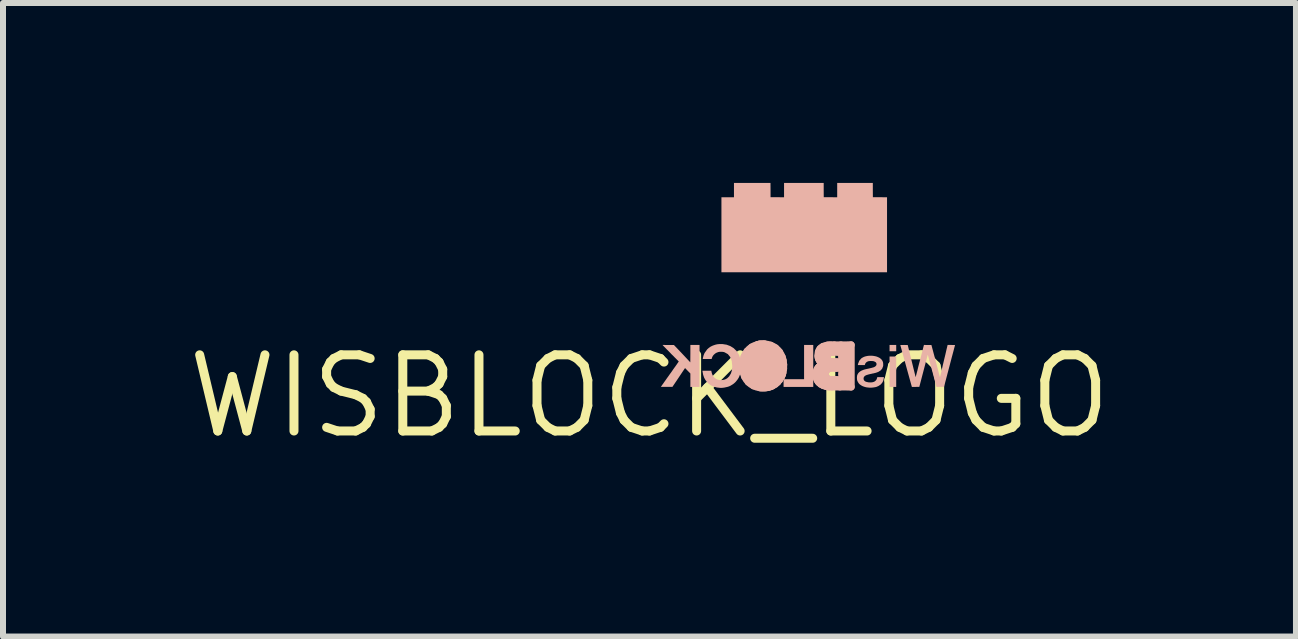
<source format=kicad_pcb>
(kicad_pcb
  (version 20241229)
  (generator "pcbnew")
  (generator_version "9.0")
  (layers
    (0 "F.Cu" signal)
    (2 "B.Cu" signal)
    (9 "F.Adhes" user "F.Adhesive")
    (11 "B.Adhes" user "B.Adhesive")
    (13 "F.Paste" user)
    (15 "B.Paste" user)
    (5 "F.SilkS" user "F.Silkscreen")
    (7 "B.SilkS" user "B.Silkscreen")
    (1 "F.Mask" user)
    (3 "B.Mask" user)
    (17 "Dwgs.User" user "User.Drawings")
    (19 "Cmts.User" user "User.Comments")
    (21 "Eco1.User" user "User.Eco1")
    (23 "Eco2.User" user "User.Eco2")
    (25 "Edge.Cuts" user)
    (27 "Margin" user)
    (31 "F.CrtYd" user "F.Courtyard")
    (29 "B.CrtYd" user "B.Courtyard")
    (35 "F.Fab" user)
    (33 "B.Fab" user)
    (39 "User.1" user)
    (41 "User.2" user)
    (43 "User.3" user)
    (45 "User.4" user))
  (footprint "WISBLOCK_LOGO"
    (layer "F.Cu")
    (at 7.778 3.556)
    (property "Reference" "WISBLOCK_LOGO" (at 0 0 0) (layer "F.SilkS") (effects (font (size 1.27 1.27) (thickness 0.15))))
    (attr through_hole)
    (fp_line (start 3.011 -0.467) (end 2.998 -0.463) (stroke (width 0.12) (type solid)) (layer "B.SilkS"))
    (fp_line (start 3.11 -0.467) (end 3.011 -0.467) (stroke (width 0.12) (type solid)) (layer "B.SilkS"))
    (fp_line (start 3.118 -0.573) (end 3.209 -0.572) (stroke (width 0.12) (type solid)) (layer "B.SilkS"))
    (fp_line (start 3.129 -0.274) (end 3.209 -0.275) (stroke (width 0.12) (type solid)) (layer "B.SilkS"))
    (fp_line (start 3.191 -0.854) (end 3.362 -0.855) (stroke (width 0.12) (type solid)) (layer "B.SilkS"))
    (fp_line (start 3.209 -0.275) (end 3.209 -0.371) (stroke (width 0.12) (type solid)) (layer "B.SilkS"))
    (fp_line (start 3.209 -0.371) (end 3.21 -0.468) (stroke (width 0.12) (type solid)) (layer "B.SilkS"))
    (fp_line (start 3.209 -0.572) (end 3.209 -0.653) (stroke (width 0.12) (type solid)) (layer "B.SilkS"))
    (fp_line (start 3.21 -0.468) (end 3.11 -0.467) (stroke (width 0.12) (type solid)) (layer "B.SilkS"))
    (fp_line (start 3.362 -0.855) (end 3.362 -0.155) (stroke (width 0.12) (type solid)) (layer "B.SilkS"))
    (fp_line (start 3.362 -0.155) (end 3.175 -0.156) (stroke (width 0.12) (type solid)) (layer "B.SilkS"))
    (fp_arc (start 1.5507 -0.5201) (mid 1.551081 -0.532146) (end 1.55194 -0.544168) (stroke (width 0.12) (type solid)) (layer "B.SilkS"))
    (fp_arc (start 1.550918 -0.489459) (mid 1.550659 -0.504778) (end 1.5507 -0.5201) (stroke (width 0.12) (type solid)) (layer "B.SilkS"))
    (fp_arc (start 1.55194 -0.544168) (mid 1.560889 -0.60122) (end 1.577059 -0.656659) (stroke (width 0.12) (type solid)) (layer "B.SilkS"))
    (fp_arc (start 1.55234 -0.459081) (mid 1.551481 -0.474263) (end 1.550918 -0.489459) (stroke (width 0.12) (type solid)) (layer "B.SilkS"))
    (fp_arc (start 1.554868 -0.436) (mid 1.553356 -0.447513) (end 1.55234 -0.459081) (stroke (width 0.12) (type solid)) (layer "B.SilkS"))
    (fp_arc (start 1.577059 -0.656659) (mid 1.59929 -0.705387) (end 1.629018 -0.74994) (stroke (width 0.12) (type solid)) (layer "B.SilkS"))
    (fp_arc (start 1.588159 -0.325318) (mid 1.567631 -0.379491) (end 1.554868 -0.436) (stroke (width 0.12) (type solid)) (layer "B.SilkS"))
    (fp_arc (start 1.629018 -0.74994) (mid 1.66423 -0.787517) (end 1.70525 -0.81865) (stroke (width 0.12) (type solid)) (layer "B.SilkS"))
    (fp_arc (start 1.64944 -0.23619) (mid 1.615 -0.278142) (end 1.588159 -0.325318) (stroke (width 0.12) (type solid)) (layer "B.SilkS"))
    (fp_arc (start 1.70395 -0.514718) (mid 1.705585 -0.54153) (end 1.70895 -0.568181) (stroke (width 0.12) (type solid)) (layer "B.SilkS"))
    (fp_arc (start 1.70475 -0.47125) (mid 1.70384 -0.492975) (end 1.70395 -0.514718) (stroke (width 0.12) (type solid)) (layer "B.SilkS"))
    (fp_arc (start 1.70525 -0.81865) (mid 1.751542 -0.843002) (end 1.80114 -0.859618) (stroke (width 0.12) (type solid)) (layer "B.SilkS"))
    (fp_arc (start 1.70895 -0.568181) (mid 1.71381 -0.591964) (end 1.720731 -0.615231) (stroke (width 0.12) (type solid)) (layer "B.SilkS"))
    (fp_arc (start 1.709809 -0.432581) (mid 1.706652 -0.451833) (end 1.70475 -0.47125) (stroke (width 0.12) (type solid)) (layer "B.SilkS"))
    (fp_arc (start 1.719431 -0.39715) (mid 1.714002 -0.414698) (end 1.709809 -0.432581) (stroke (width 0.12) (type solid)) (layer "B.SilkS"))
    (fp_arc (start 1.720731 -0.615231) (mid 1.729014 -0.635883) (end 1.73925 -0.65564) (stroke (width 0.12) (type solid)) (layer "B.SilkS"))
    (fp_arc (start 1.733859 -0.36344) (mid 1.726056 -0.380043) (end 1.719431 -0.39715) (stroke (width 0.12) (type solid)) (layer "B.SilkS"))
    (fp_arc (start 1.735481 -0.174268) (mid 1.689752 -0.201465) (end 1.64944 -0.23619) (stroke (width 0.12) (type solid)) (layer "B.SilkS"))
    (fp_arc (start 1.73925 -0.65564) (mid 1.750832 -0.673188) (end 1.76434 -0.6893) (stroke (width 0.12) (type solid)) (layer "B.SilkS"))
    (fp_arc (start 1.741781 -0.34945) (mid 1.737678 -0.356365) (end 1.733859 -0.36344) (stroke (width 0.12) (type solid)) (layer "B.SilkS"))
    (fp_arc (start 1.75049 -0.33675) (mid 1.745989 -0.343) (end 1.741781 -0.34945) (stroke (width 0.12) (type solid)) (layer "B.SilkS"))
    (fp_arc (start 1.760418 -0.32479) (mid 1.755318 -0.330657) (end 1.75049 -0.33675) (stroke (width 0.12) (type solid)) (layer "B.SilkS"))
    (fp_arc (start 1.76434 -0.6893) (mid 1.774416 -0.699171) (end 1.785268 -0.708181) (stroke (width 0.12) (type solid)) (layer "B.SilkS"))
    (fp_arc (start 1.772 -0.313) (mid 1.766097 -0.318785) (end 1.760418 -0.32479) (stroke (width 0.12) (type solid)) (layer "B.SilkS"))
    (fp_arc (start 1.785268 -0.708181) (mid 1.796549 -0.716008) (end 1.808481 -0.7228) (stroke (width 0.12) (type solid)) (layer "B.SilkS"))
    (fp_arc (start 1.795459 -0.29464) (mid 1.783305 -0.303277) (end 1.772 -0.313) (stroke (width 0.12) (type solid)) (layer "B.SilkS"))
    (fp_arc (start 1.80114 -0.859618) (mid 1.805921 -0.860761) (end 1.810718 -0.861831) (stroke (width 0.12) (type solid)) (layer "B.SilkS"))
    (fp_arc (start 1.808481 -0.7228) (mid 1.82112 -0.728586) (end 1.834218 -0.73324) (stroke (width 0.12) (type solid)) (layer "B.SilkS"))
    (fp_arc (start 1.810718 -0.861831) (mid 1.816198 -0.862985) (end 1.82169 -0.864081) (stroke (width 0.12) (type solid)) (layer "B.SilkS"))
    (fp_arc (start 1.821618 -0.281159) (mid 1.808215 -0.287272) (end 1.795459 -0.29464) (stroke (width 0.12) (type solid)) (layer "B.SilkS"))
    (fp_arc (start 1.82169 -0.864081) (mid 1.826994 -0.865078) (end 1.832309 -0.866018) (stroke (width 0.12) (type solid)) (layer "B.SilkS"))
    (fp_arc (start 1.832309 -0.866018) (mid 1.836523 -0.866694) (end 1.84075 -0.867281) (stroke (width 0.12) (type solid)) (layer "B.SilkS"))
    (fp_arc (start 1.834218 -0.73324) (mid 1.848332 -0.73699) (end 1.86269 -0.739659) (stroke (width 0.12) (type solid)) (layer "B.SilkS"))
    (fp_arc (start 1.84075 -0.867281) (mid 1.850239 -0.868338) (end 1.859759 -0.869068) (stroke (width 0.12) (type solid)) (layer "B.SilkS"))
    (fp_arc (start 1.84075 -0.1426) (mid 1.78687 -0.154294) (end 1.735481 -0.174268) (stroke (width 0.12) (type solid)) (layer "B.SilkS"))
    (fp_arc (start 1.850868 -0.272509) (mid 1.836044 -0.276161) (end 1.821618 -0.281159) (stroke (width 0.12) (type solid)) (layer "B.SilkS"))
    (fp_arc (start 1.859759 -0.869068) (mid 1.871955 -0.86969) (end 1.884159 -0.870109) (stroke (width 0.12) (type solid)) (layer "B.SilkS"))
    (fp_arc (start 1.86269 -0.739659) (mid 1.87777 -0.74134) (end 1.892931 -0.741968) (stroke (width 0.12) (type solid)) (layer "B.SilkS"))
    (fp_arc (start 1.865359 -0.1404) (mid 1.853029 -0.141215) (end 1.84075 -0.1426) (stroke (width 0.12) (type solid)) (layer "B.SilkS"))
    (fp_arc (start 1.8835 -0.2685) (mid 1.86711 -0.269904) (end 1.850868 -0.272509) (stroke (width 0.12) (type solid)) (layer "B.SilkS"))
    (fp_arc (start 1.884159 -0.870109) (mid 1.896249 -0.870325) (end 1.90834 -0.87034) (stroke (width 0.12) (type solid)) (layer "B.SilkS"))
    (fp_arc (start 1.892931 -0.741968) (mid 1.907782 -0.741512) (end 1.922559 -0.739959) (stroke (width 0.12) (type solid)) (layer "B.SilkS"))
    (fp_arc (start 1.895931 -0.13985) (mid 1.880642 -0.139936) (end 1.865359 -0.1404) (stroke (width 0.12) (type solid)) (layer "B.SilkS"))
    (fp_arc (start 1.90834 -0.87034) (mid 1.917387 -0.870103) (end 1.926418 -0.869518) (stroke (width 0.12) (type solid)) (layer "B.SilkS"))
    (fp_arc (start 1.922559 -0.739959) (mid 1.936843 -0.737367) (end 1.95089 -0.7337) (stroke (width 0.12) (type solid)) (layer "B.SilkS"))
    (fp_arc (start 1.926409 -0.1408) (mid 1.911176 -0.140137) (end 1.895931 -0.13985) (stroke (width 0.12) (type solid)) (layer "B.SilkS"))
    (fp_arc (start 1.926418 -0.869518) (mid 1.974348 -0.8623) (end 2.020931 -0.848909) (stroke (width 0.12) (type solid)) (layer "B.SilkS"))
    (fp_arc (start 1.9507 -0.143331) (mid 1.938585 -0.141777) (end 1.926409 -0.1408) (stroke (width 0.12) (type solid)) (layer "B.SilkS"))
    (fp_arc (start 1.95089 -0.7337) (mid 1.964281 -0.729053) (end 1.97725 -0.723331) (stroke (width 0.12) (type solid)) (layer "B.SilkS"))
    (fp_arc (start 1.957368 -0.278531) (mid 1.920895 -0.270118) (end 1.8835 -0.2685) (stroke (width 0.12) (type solid)) (layer "B.SilkS"))
    (fp_arc (start 1.97725 -0.723331) (mid 1.997752 -0.711243) (end 2.016181 -0.696181) (stroke (width 0.12) (type solid)) (layer "B.SilkS"))
    (fp_arc (start 1.97864 -0.14849) (mid 1.964711 -0.145689) (end 1.9507 -0.143331) (stroke (width 0.12) (type solid)) (layer "B.SilkS"))
    (fp_arc (start 2.00395 -0.1551) (mid 1.991362 -0.151537) (end 1.97864 -0.14849) (stroke (width 0.12) (type solid)) (layer "B.SilkS"))
    (fp_arc (start 2.016181 -0.696181) (mid 2.032836 -0.677976) (end 2.04685 -0.657668) (stroke (width 0.12) (type solid)) (layer "B.SilkS"))
    (fp_arc (start 2.017068 -0.314418) (mid 1.989227 -0.293133) (end 1.957368 -0.278531) (stroke (width 0.12) (type solid)) (layer "B.SilkS"))
    (fp_arc (start 2.020931 -0.848909) (mid 2.063071 -0.830064) (end 2.1019 -0.8051) (stroke (width 0.12) (type solid)) (layer "B.SilkS"))
    (fp_arc (start 2.028031 -0.163559) (mid 2.016079 -0.159077) (end 2.00395 -0.1551) (stroke (width 0.12) (type solid)) (layer "B.SilkS"))
    (fp_arc (start 2.04685 -0.657668) (mid 2.05931 -0.633443) (end 2.06875 -0.60789) (stroke (width 0.12) (type solid)) (layer "B.SilkS"))
    (fp_arc (start 2.05225 -0.1743) (mid 2.040241 -0.168703) (end 2.028031 -0.163559) (stroke (width 0.12) (type solid)) (layer "B.SilkS"))
    (fp_arc (start 2.059109 -0.375531) (mid 2.041215 -0.342823) (end 2.017068 -0.314418) (stroke (width 0.12) (type solid)) (layer "B.SilkS"))
    (fp_arc (start 2.06875 -0.60789) (mid 2.076468 -0.577892) (end 2.081681 -0.547359) (stroke (width 0.12) (type solid)) (layer "B.SilkS"))
    (fp_arc (start 2.081681 -0.547359) (mid 2.082608 -0.538442) (end 2.0831 -0.52949) (stroke (width 0.12) (type solid)) (layer "B.SilkS"))
    (fp_arc (start 2.081681 -0.4585) (mid 2.073156 -0.416264) (end 2.059109 -0.375531) (stroke (width 0.12) (type solid)) (layer "B.SilkS"))
    (fp_arc (start 2.0831 -0.52949) (mid 2.083407 -0.516076) (end 2.083509 -0.502659) (stroke (width 0.12) (type solid)) (layer "B.SilkS"))
    (fp_arc (start 2.0831 -0.4759) (mid 2.082614 -0.467182) (end 2.081681 -0.4585) (stroke (width 0.12) (type solid)) (layer "B.SilkS"))
    (fp_arc (start 2.083509 -0.502659) (mid 2.083406 -0.489278) (end 2.0831 -0.4759) (stroke (width 0.12) (type solid)) (layer "B.SilkS"))
    (fp_arc (start 2.097031 -0.20104) (mid 2.075199 -0.186735) (end 2.05225 -0.1743) (stroke (width 0.12) (type solid)) (layer "B.SilkS"))
    (fp_arc (start 2.1019 -0.8051) (mid 2.136447 -0.774645) (end 2.166009 -0.739331) (stroke (width 0.12) (type solid)) (layer "B.SilkS"))
    (fp_arc (start 2.136359 -0.23465) (mid 2.117414 -0.217004) (end 2.097031 -0.20104) (stroke (width 0.12) (type solid)) (layer "B.SilkS"))
    (fp_arc (start 2.166009 -0.739331) (mid 2.191395 -0.69839) (end 2.211159 -0.654459) (stroke (width 0.12) (type solid)) (layer "B.SilkS"))
    (fp_arc (start 2.1698 -0.274868) (mid 2.153929 -0.254052) (end 2.136359 -0.23465) (stroke (width 0.12) (type solid)) (layer "B.SilkS"))
    (fp_arc (start 2.197068 -0.32125) (mid 2.184335 -0.297529) (end 2.1698 -0.274868) (stroke (width 0.12) (type solid)) (layer "B.SilkS"))
    (fp_arc (start 2.205859 -0.34024) (mid 2.201562 -0.3307) (end 2.197068 -0.32125) (stroke (width 0.12) (type solid)) (layer "B.SilkS"))
    (fp_arc (start 2.211159 -0.654459) (mid 2.221029 -0.624191) (end 2.228359 -0.593209) (stroke (width 0.12) (type solid)) (layer "B.SilkS"))
    (fp_arc (start 2.21269 -0.357259) (mid 2.209405 -0.348697) (end 2.205859 -0.34024) (stroke (width 0.12) (type solid)) (layer "B.SilkS"))
    (fp_arc (start 2.218459 -0.374618) (mid 2.215708 -0.365894) (end 2.21269 -0.357259) (stroke (width 0.12) (type solid)) (layer "B.SilkS"))
    (fp_arc (start 2.223968 -0.39465) (mid 2.221319 -0.384605) (end 2.218459 -0.374618) (stroke (width 0.12) (type solid)) (layer "B.SilkS"))
    (fp_arc (start 2.228359 -0.593209) (mid 2.233554 -0.560042) (end 2.23639 -0.52659) (stroke (width 0.12) (type solid)) (layer "B.SilkS"))
    (fp_arc (start 2.234981 -0.45895) (mid 2.230734 -0.426584) (end 2.223968 -0.39465) (stroke (width 0.12) (type solid)) (layer "B.SilkS"))
    (fp_arc (start 2.23639 -0.52659) (mid 2.236874 -0.492745) (end 2.234981 -0.45895) (stroke (width 0.12) (type solid)) (layer "B.SilkS"))
    (fp_arc (start 2.77734 -0.35734) (mid 2.778332 -0.382342) (end 2.78189 -0.407109) (stroke (width 0.12) (type solid)) (layer "B.SilkS"))
    (fp_arc (start 2.78189 -0.407109) (mid 2.787794 -0.429178) (end 2.796618 -0.45025) (stroke (width 0.12) (type solid)) (layer "B.SilkS"))
    (fp_arc (start 2.783081 -0.307659) (mid 2.77893 -0.332352) (end 2.77734 -0.35734) (stroke (width 0.12) (type solid)) (layer "B.SilkS"))
    (fp_arc (start 2.796618 -0.45025) (mid 2.804617 -0.464321) (end 2.81404 -0.477481) (stroke (width 0.12) (type solid)) (layer "B.SilkS"))
    (fp_arc (start 2.798859 -0.264759) (mid 2.789526 -0.285678) (end 2.783081 -0.307659) (stroke (width 0.12) (type solid)) (layer "B.SilkS"))
    (fp_arc (start 2.81099 -0.67225) (mid 2.812016 -0.706384) (end 2.818131 -0.739981) (stroke (width 0.12) (type solid)) (layer "B.SilkS"))
    (fp_arc (start 2.81404 -0.477481) (mid 2.82494 -0.489835) (end 2.837009 -0.50105) (stroke (width 0.12) (type solid)) (layer "B.SilkS"))
    (fp_arc (start 2.814659 -0.642318) (mid 2.812248 -0.657213) (end 2.81099 -0.67225) (stroke (width 0.12) (type solid)) (layer "B.SilkS"))
    (fp_arc (start 2.818131 -0.739981) (mid 2.828826 -0.767719) (end 2.845459 -0.792359) (stroke (width 0.12) (type solid)) (layer "B.SilkS"))
    (fp_arc (start 2.8228 -0.61625) (mid 2.818056 -0.629074) (end 2.814659 -0.642318) (stroke (width 0.12) (type solid)) (layer "B.SilkS"))
    (fp_arc (start 2.823068 -0.23065) (mid 2.809847 -0.246912) (end 2.798859 -0.264759) (stroke (width 0.12) (type solid)) (layer "B.SilkS"))
    (fp_arc (start 2.835868 -0.593009) (mid 2.828714 -0.604281) (end 2.8228 -0.61625) (stroke (width 0.12) (type solid)) (layer "B.SilkS"))
    (fp_arc (start 2.837009 -0.50105) (mid 2.850243 -0.511107) (end 2.8644 -0.519818) (stroke (width 0.12) (type solid)) (layer "B.SilkS"))
    (fp_arc (start 2.845459 -0.792359) (mid 2.867566 -0.813152) (end 2.89366 -0.82865) (stroke (width 0.12) (type solid)) (layer "B.SilkS"))
    (fp_arc (start 2.85425 -0.571581) (mid 2.844578 -0.581882) (end 2.835868 -0.593009) (stroke (width 0.12) (type solid)) (layer "B.SilkS"))
    (fp_arc (start 2.85665 -0.20159) (mid 2.839063 -0.2152) (end 2.823068 -0.23065) (stroke (width 0.12) (type solid)) (layer "B.SilkS"))
    (fp_arc (start 2.864109 -0.562781) (mid 2.859084 -0.567074) (end 2.85425 -0.571581) (stroke (width 0.12) (type solid)) (layer "B.SilkS"))
    (fp_arc (start 2.8644 -0.519818) (mid 2.879312 -0.527077) (end 2.894868 -0.532831) (stroke (width 0.12) (type solid)) (layer "B.SilkS"))
    (fp_arc (start 2.875909 -0.553709) (mid 2.86994 -0.558155) (end 2.864109 -0.562781) (stroke (width 0.12) (type solid)) (layer "B.SilkS"))
    (fp_arc (start 2.887809 -0.545681) (mid 2.881797 -0.549604) (end 2.875909 -0.553709) (stroke (width 0.12) (type solid)) (layer "B.SilkS"))
    (fp_arc (start 2.893659 -0.82865) (mid 2.927137 -0.841213) (end 2.962 -0.849159) (stroke (width 0.12) (type solid)) (layer "B.SilkS"))
    (fp_arc (start 2.897818 -0.179059) (mid 2.876652 -0.189262) (end 2.85665 -0.20159) (stroke (width 0.12) (type solid)) (layer "B.SilkS"))
    (fp_arc (start 2.897868 -0.540118) (mid 2.892756 -0.54275) (end 2.887809 -0.545681) (stroke (width 0.12) (type solid)) (layer "B.SilkS"))
    (fp_arc (start 2.897868 -0.540118) (mid 2.898956 -0.539588) (end 2.900031 -0.539031) (stroke (width 0.12) (type solid)) (layer "B.SilkS"))
    (fp_arc (start 2.898181 -0.53394) (mid 2.89653 -0.53337) (end 2.894868 -0.532831) (stroke (width 0.12) (type solid)) (layer "B.SilkS"))
    (fp_arc (start 2.900031 -0.539031) (mid 2.900951 -0.538508) (end 2.90185 -0.53795) (stroke (width 0.12) (type solid)) (layer "B.SilkS"))
    (fp_arc (start 2.900968 -0.535031) (mid 2.899583 -0.534465) (end 2.898181 -0.53394) (stroke (width 0.12) (type solid)) (layer "B.SilkS"))
    (fp_arc (start 2.90185 -0.53795) (mid 2.902557 -0.53748) (end 2.90325 -0.53699) (stroke (width 0.12) (type solid)) (layer "B.SilkS"))
    (fp_arc (start 2.9032 -0.536018) (mid 2.902088 -0.535515) (end 2.900968 -0.535031) (stroke (width 0.12) (type solid)) (layer "B.SilkS"))
    (fp_arc (start 2.903249 -0.53699) (mid 2.903433 -0.536775) (end 2.9035 -0.5365) (stroke (width 0.12) (type solid)) (layer "B.SilkS"))
    (fp_arc (start 2.903499 -0.5365) (mid 2.90342 -0.536216) (end 2.9032 -0.536018) (stroke (width 0.12) (type solid)) (layer "B.SilkS"))
    (fp_arc (start 2.9306 -0.362718) (mid 2.930713 -0.36823) (end 2.9309 -0.37374) (stroke (width 0.12) (type solid)) (layer "B.SilkS"))
    (fp_arc (start 2.930818 -0.35544) (mid 2.930629 -0.359077) (end 2.9306 -0.362718) (stroke (width 0.12) (type solid)) (layer "B.SilkS"))
    (fp_arc (start 2.9309 -0.37374) (mid 2.931723 -0.38469) (end 2.93329 -0.395559) (stroke (width 0.12) (type solid)) (layer "B.SilkS"))
    (fp_arc (start 2.93164 -0.349081) (mid 2.931142 -0.352249) (end 2.930818 -0.35544) (stroke (width 0.12) (type solid)) (layer "B.SilkS"))
    (fp_arc (start 2.93329 -0.395559) (mid 2.935455 -0.404794) (end 2.938581 -0.41375) (stroke (width 0.12) (type solid)) (layer "B.SilkS"))
    (fp_arc (start 2.933309 -0.34149) (mid 2.932416 -0.345273) (end 2.93164 -0.349081) (stroke (width 0.12) (type solid)) (layer "B.SilkS"))
    (fp_arc (start 2.938059 -0.326668) (mid 2.935445 -0.334002) (end 2.933309 -0.34149) (stroke (width 0.12) (type solid)) (layer "B.SilkS"))
    (fp_arc (start 2.938581 -0.41375) (mid 2.942377 -0.421687) (end 2.947068 -0.429131) (stroke (width 0.12) (type solid)) (layer "B.SilkS"))
    (fp_arc (start 2.944209 -0.314681) (mid 2.940838 -0.320523) (end 2.938059 -0.326668) (stroke (width 0.12) (type solid)) (layer "B.SilkS"))
    (fp_arc (start 2.94444 -0.164331) (mid 2.920793 -0.17063) (end 2.897818 -0.179059) (stroke (width 0.12) (type solid)) (layer "B.SilkS"))
    (fp_arc (start 2.947068 -0.429131) (mid 2.952689 -0.436147) (end 2.95904 -0.442509) (stroke (width 0.12) (type solid)) (layer "B.SilkS"))
    (fp_arc (start 2.95229 -0.304618) (mid 2.947987 -0.309438) (end 2.944209 -0.314681) (stroke (width 0.12) (type solid)) (layer "B.SilkS"))
    (fp_arc (start 2.95904 -0.442509) (mid 2.962822 -0.445688) (end 2.9668 -0.448618) (stroke (width 0.12) (type solid)) (layer "B.SilkS"))
    (fp_arc (start 2.959459 -0.64975) (mid 2.959349 -0.659148) (end 2.9599 -0.668531) (stroke (width 0.12) (type solid)) (layer "B.SilkS"))
    (fp_arc (start 2.9599 -0.668531) (mid 2.961103 -0.676507) (end 2.963181 -0.6843) (stroke (width 0.12) (type solid)) (layer "B.SilkS"))
    (fp_arc (start 2.962 -0.849159) (mid 2.975041 -0.850903) (end 2.98815 -0.852031) (stroke (width 0.12) (type solid)) (layer "B.SilkS"))
    (fp_arc (start 2.96285 -0.29564) (mid 2.957381 -0.299906) (end 2.95229 -0.304618) (stroke (width 0.12) (type solid)) (layer "B.SilkS"))
    (fp_arc (start 2.963181 -0.6843) (mid 2.965926 -0.691228) (end 2.9695 -0.697768) (stroke (width 0.12) (type solid)) (layer "B.SilkS"))
    (fp_arc (start 2.9641 -0.623209) (mid 2.960938 -0.636332) (end 2.959459 -0.64975) (stroke (width 0.12) (type solid)) (layer "B.SilkS"))
    (fp_arc (start 2.9668 -0.448618) (mid 2.971011 -0.451336) (end 2.975381 -0.45379) (stroke (width 0.12) (type solid)) (layer "B.SilkS"))
    (fp_arc (start 2.9695 -0.697768) (mid 2.973925 -0.703967) (end 2.979031 -0.709618) (stroke (width 0.12) (type solid)) (layer "B.SilkS"))
    (fp_arc (start 2.971859 -0.159531) (mid 2.958099 -0.161645) (end 2.94444 -0.164331) (stroke (width 0.12) (type solid)) (layer "B.SilkS"))
    (fp_arc (start 2.97514 -0.602359) (mid 2.968646 -0.612268) (end 2.9641 -0.623209) (stroke (width 0.12) (type solid)) (layer "B.SilkS"))
    (fp_arc (start 2.975381 -0.45379) (mid 2.980328 -0.456198) (end 2.9854 -0.458331) (stroke (width 0.12) (type solid)) (layer "B.SilkS"))
    (fp_arc (start 2.976268 -0.28765) (mid 2.969391 -0.291363) (end 2.96285 -0.29564) (stroke (width 0.12) (type solid)) (layer "B.SilkS"))
    (fp_arc (start 2.979031 -0.709618) (mid 2.984932 -0.714798) (end 2.9914 -0.71925) (stroke (width 0.12) (type solid)) (layer "B.SilkS"))
    (fp_arc (start 2.9854 -0.458331) (mid 2.991443 -0.460561) (end 2.997559 -0.462581) (stroke (width 0.12) (type solid)) (layer "B.SilkS"))
    (fp_arc (start 2.98815 -0.852031) (mid 3.005918 -0.852964) (end 3.0237 -0.85355) (stroke (width 0.12) (type solid)) (layer "B.SilkS"))
    (fp_arc (start 2.99105 -0.281868) (mid 2.983543 -0.284463) (end 2.976268 -0.28765) (stroke (width 0.12) (type solid)) (layer "B.SilkS"))
    (fp_arc (start 2.9914 -0.71925) (mid 2.99877 -0.723235) (end 3.00649 -0.72649) (stroke (width 0.12) (type solid)) (layer "B.SilkS"))
    (fp_arc (start 2.9931 -0.586809) (mid 2.9834 -0.593753) (end 2.97514 -0.602359) (stroke (width 0.12) (type solid)) (layer "B.SilkS"))
    (fp_arc (start 2.9984 -0.15729) (mid 2.985103 -0.158095) (end 2.971859 -0.159531) (stroke (width 0.12) (type solid)) (layer "B.SilkS"))
    (fp_arc (start 3.00649 -0.72649) (mid 3.015556 -0.729381) (end 3.024831 -0.731509) (stroke (width 0.12) (type solid)) (layer "B.SilkS"))
    (fp_arc (start 3.00844 -0.2779) (mid 2.999677 -0.279584) (end 2.99105 -0.281868) (stroke (width 0.12) (type solid)) (layer "B.SilkS"))
    (fp_arc (start 3.01825 -0.575981) (mid 3.005344 -0.580626) (end 2.9931 -0.586809) (stroke (width 0.12) (type solid)) (layer "B.SilkS"))
    (fp_arc (start 3.0237 -0.85355) (mid 3.051957 -0.854067) (end 3.080218 -0.8543) (stroke (width 0.12) (type solid)) (layer "B.SilkS"))
    (fp_arc (start 3.024831 -0.731509) (mid 3.035882 -0.733269) (end 3.047009 -0.734459) (stroke (width 0.12) (type solid)) (layer "B.SilkS"))
    (fp_arc (start 3.026468 -0.574481) (mid 3.02232 -0.575018) (end 3.01825 -0.575981) (stroke (width 0.12) (type solid)) (layer "B.SilkS"))
    (fp_arc (start 3.029881 -0.275409) (mid 3.019136 -0.276444) (end 3.00844 -0.2779) (stroke (width 0.12) (type solid)) (layer "B.SilkS"))
    (fp_arc (start 3.04075 -0.5737) (mid 3.033604 -0.574008) (end 3.026468 -0.574481) (stroke (width 0.12) (type solid)) (layer "B.SilkS"))
    (fp_arc (start 3.041331 -0.156409) (mid 3.019862 -0.156679) (end 2.9984 -0.15729) (stroke (width 0.12) (type solid)) (layer "B.SilkS"))
    (fp_arc (start 3.04199 -0.274831) (mid 3.035931 -0.275033) (end 3.029881 -0.275409) (stroke (width 0.12) (type solid)) (layer "B.SilkS"))
    (fp_arc (start 3.047009 -0.734459) (mid 3.059215 -0.735233) (end 3.07144 -0.735568) (stroke (width 0.12) (type solid)) (layer "B.SilkS"))
    (fp_arc (start 3.06515 -0.573218) (mid 3.052949 -0.573389) (end 3.04075 -0.5737) (stroke (width 0.12) (type solid)) (layer "B.SilkS"))
    (fp_arc (start 3.067081 -0.274459) (mid 3.054535 -0.27462) (end 3.04199 -0.274831) (stroke (width 0.12) (type solid)) (layer "B.SilkS"))
    (fp_arc (start 3.07144 -0.735568) (mid 3.103185 -0.735815) (end 3.134931 -0.735968) (stroke (width 0.12) (type solid)) (layer "B.SilkS"))
    (fp_arc (start 3.080218 -0.8543) (mid 3.135668 -0.854439) (end 3.191118 -0.85449) (stroke (width 0.12) (type solid)) (layer "B.SilkS"))
    (fp_arc (start 3.097059 -0.274259) (mid 3.08207 -0.274325) (end 3.067081 -0.274459) (stroke (width 0.12) (type solid)) (layer "B.SilkS"))
    (fp_arc (start 3.118368 -0.572859) (mid 3.091759 -0.57302) (end 3.06515 -0.573218) (stroke (width 0.12) (type solid)) (layer "B.SilkS"))
    (fp_arc (start 3.12925 -0.274318) (mid 3.113155 -0.274259) (end 3.097059 -0.274259) (stroke (width 0.12) (type solid)) (layer "B.SilkS"))
    (fp_arc (start 3.134931 -0.735968) (mid 3.17029 -0.736076) (end 3.20565 -0.736168) (stroke (width 0.12) (type solid)) (layer "B.SilkS"))
    (fp_arc (start 3.175368 -0.1559) (mid 3.108349 -0.156125) (end 3.041331 -0.156409) (stroke (width 0.12) (type solid)) (layer "B.SilkS"))
    (fp_arc (start 3.20565 -0.736168) (mid 3.207192 -0.735868) (end 3.2085 -0.735) (stroke (width 0.12) (type solid)) (layer "B.SilkS"))
    (fp_arc (start 3.208499 -0.735) (mid 3.208798 -0.734556) (end 3.208909 -0.734031) (stroke (width 0.12) (type solid)) (layer "B.SilkS"))
    (fp_arc (start 3.208909 -0.734031) (mid 3.209062 -0.722291) (end 3.209209 -0.71055) (stroke (width 0.12) (type solid)) (layer "B.SilkS"))
    (fp_arc (start 3.209209 -0.71055) (mid 3.209345 -0.697395) (end 3.209431 -0.68424) (stroke (width 0.12) (type solid)) (layer "B.SilkS"))
    (fp_arc (start 3.209431 -0.68424) (mid 3.209484 -0.668711) (end 3.2095 -0.653181) (stroke (width 0.12) (type solid)) (layer "B.SilkS"))
    (fp_poly (pts (xy 4.114 -0.855) (xy 4.114 -0.75) (xy 4.003 -0.75) (xy 4.003 -0.855)) (stroke (width 0) (type solid)) (fill yes) (layer "B.SilkS"))
    (fp_poly (pts (xy 4.114 -0.662) (xy 4.114 -0.155) (xy 4.003 -0.155) (xy 4.003 -0.662)) (stroke (width 0) (type solid)) (fill yes) (layer "B.SilkS"))
    (fp_poly (pts (xy 2.731 -0.855) (xy 2.731 -0.155) (xy 2.236 -0.155) (xy 2.236 -0.284) (xy 2.578 -0.284) (xy 2.578 -0.855)) (stroke (width 0) (type solid)) (fill yes) (layer "B.SilkS"))
    (fp_poly (pts (xy 3.961 -3.317) (xy 3.961 -2.067) (xy 1.2 -2.067) (xy 1.2 -3.317) (xy 1.409 -3.317) (xy 1.409 -3.556) (xy 2.018 -3.556) (xy 2.019 -3.437) (xy 2.019 -3.318) (xy 2.131 -3.318) (xy 2.244 -3.317) (xy 2.244 -3.556) (xy 2.905 -3.556) (xy 2.905 -3.437) (xy 2.906 -3.318) (xy 3.018 -3.318) (xy 3.13 -3.317) (xy 3.13 -3.556) (xy 3.724 -3.556) (xy 3.724 -3.437) (xy 3.725 -3.318) (xy 3.843 -3.318)) (stroke (width 0) (type solid)) (fill yes) (layer "B.SilkS"))
    (fp_poly (pts (xy 1.895 -0.741) (xy 2.083 -0.553) (xy 2.083 -0.466) (xy 1.884 -0.267) (xy 1.878 -0.267) (xy 1.704 -0.441) (xy 1.704 -0.549) (xy 1.897 -0.742) (xy 1.899 -0.742) (xy 1.899 -0.871) (xy 2.028 -0.845) (xy 2.137 -0.772) (xy 2.236 -0.534) (xy 2.236 -0.475) (xy 2.211 -0.347) (xy 2.138 -0.238) (xy 1.901 -0.14) (xy 1.87 -0.14) (xy 1.71 -0.183) (xy 1.594 -0.299) (xy 1.551 -0.459) (xy 1.551 -0.542) (xy 1.595 -0.706) (xy 1.714 -0.825) (xy 1.878 -0.869) (xy 1.897 -0.869) (xy 1.897 -0.742)) (stroke (width 0) (type solid)) (fill yes) (layer "B.SilkS"))
    (fp_poly (pts (xy 3.208 -0.735) (xy 3.024 -0.735) (xy 2.959 -0.67) (xy 2.959 -0.658) (xy 3.044 -0.573) (xy 3.209 -0.573) (xy 3.209 -0.572) (xy 3.209 -0.854) (xy 3.208 -0.854) (xy 3.363 -0.854) (xy 3.363 -0.156) (xy 3.21 -0.156) (xy 3.21 -0.466) (xy 3.004 -0.466) (xy 3.004 -0.468) (xy 2.931 -0.395) (xy 2.931 -0.368) (xy 3.027 -0.272) (xy 3.209 -0.272) (xy 3.209 -0.155) (xy 2.98 -0.155) (xy 2.878 -0.182) (xy 2.803 -0.257) (xy 2.776 -0.359) (xy 2.776 -0.408) (xy 2.904 -0.536) (xy 2.9 -0.536) (xy 2.811 -0.625) (xy 2.811 -0.719) (xy 2.946 -0.854) (xy 3.209 -0.854) (xy 3.209 -0.735) (xy 3.206 -0.735)) (stroke (width 0) (type solid)) (fill yes) (layer "B.SilkS"))
    (fp_poly (pts (xy 0.682 -0.155) (xy 0.835 -0.155) (xy 0.835 -0.855) (xy 0.682 -0.855) (xy 0.682 -0.71) (xy 0.681 -0.565) (xy 0.545 -0.71) (xy 0.408 -0.854) (xy 0.312 -0.854) (xy 0.217 -0.855) (xy 0.236 -0.835) (xy 0.249 -0.822) (xy 0.284 -0.786) (xy 0.326 -0.744) (xy 0.371 -0.697) (xy 0.394 -0.675) (xy 0.416 -0.652) (xy 0.454 -0.614) (xy 0.488 -0.58) (xy 0.488 -0.579) (xy 0.488 -0.579) (xy 0.488 -0.578) (xy 0.445 -0.516) (xy 0.397 -0.449) (xy 0.369 -0.408) (xy 0.34 -0.368) (xy 0.283 -0.288) (xy 0.235 -0.22) (xy 0.192 -0.159) (xy 0.191 -0.158) (xy 0.191 -0.157) (xy 0.191 -0.157) (xy 0.192 -0.156) (xy 0.21 -0.156) (xy 0.224 -0.156) (xy 0.237 -0.156) (xy 0.262 -0.156) (xy 0.286 -0.156) (xy 0.383 -0.156) (xy 0.488 -0.312) (xy 0.528 -0.372) (xy 0.562 -0.423) (xy 0.593 -0.469) (xy 0.593 -0.469) (xy 0.593 -0.469) (xy 0.594 -0.469) (xy 0.594 -0.469) (xy 0.607 -0.456) (xy 0.614 -0.449) (xy 0.621 -0.441) (xy 0.638 -0.424) (xy 0.682 -0.379)) (stroke (width 0) (type solid)) (fill yes) (layer "B.SilkS"))
    (fp_poly (pts (xy 5.095 -0.854) (xy 5.095 -0.854) (xy 5.095 -0.854) (xy 5.095 -0.854) (xy 5.077 -0.854) (xy 5.057 -0.854) (xy 5.045 -0.854) (xy 5.033 -0.855) (xy 4.971 -0.855) (xy 4.969 -0.847) (xy 4.951 -0.772) (xy 4.934 -0.697) (xy 4.912 -0.607) (xy 4.891 -0.517) (xy 4.845 -0.322) (xy 4.844 -0.321) (xy 4.844 -0.321) (xy 4.844 -0.321) (xy 4.843 -0.32) (xy 4.843 -0.32) (xy 4.843 -0.32) (xy 4.843 -0.321) (xy 4.842 -0.321) (xy 4.842 -0.321) (xy 4.821 -0.399) (xy 4.799 -0.485) (xy 4.772 -0.588) (xy 4.701 -0.854) (xy 4.639 -0.854) (xy 4.576 -0.855) (xy 4.575 -0.85) (xy 4.574 -0.846) (xy 4.554 -0.769) (xy 4.532 -0.684) (xy 4.506 -0.583) (xy 4.493 -0.533) (xy 4.48 -0.483) (xy 4.47 -0.44) (xy 4.459 -0.398) (xy 4.439 -0.321) (xy 4.439 -0.321) (xy 4.439 -0.321) (xy 4.438 -0.32) (xy 4.438 -0.32) (xy 4.437 -0.321) (xy 4.437 -0.321) (xy 4.437 -0.321) (xy 4.437 -0.322) (xy 4.418 -0.399) (xy 4.397 -0.484) (xy 4.372 -0.586) (xy 4.347 -0.687) (xy 4.337 -0.73) (xy 4.326 -0.773) (xy 4.307 -0.85) (xy 4.307 -0.852) (xy 4.305 -0.853) (xy 4.301 -0.854) (xy 4.297 -0.854) (xy 4.289 -0.854) (xy 4.282 -0.854) (xy 4.263 -0.854) (xy 4.244 -0.855) (xy 4.23 -0.854) (xy 4.215 -0.854) (xy 4.197 -0.854) (xy 4.184 -0.854) (xy 4.183 -0.853) (xy 4.183 -0.852) (xy 4.183 -0.851) (xy 4.274 -0.52) (xy 4.36 -0.209) (xy 4.373 -0.163) (xy 4.375 -0.155) (xy 4.437 -0.155) (xy 4.449 -0.156) (xy 4.461 -0.156) (xy 4.471 -0.156) (xy 4.481 -0.156) (xy 4.499 -0.156) (xy 4.499 -0.156) (xy 4.5 -0.156) (xy 4.5 -0.159) (xy 4.569 -0.423) (xy 4.639 -0.688) (xy 4.64 -0.689) (xy 4.64 -0.689) (xy 4.64 -0.689) (xy 4.64 -0.69) (xy 4.641 -0.689) (xy 4.641 -0.689) (xy 4.641 -0.689) (xy 4.642 -0.689) (xy 4.642 -0.688) (xy 4.703 -0.461) (xy 4.73 -0.362) (xy 4.756 -0.263) (xy 4.77 -0.212) (xy 4.783 -0.161) (xy 4.785 -0.155) (xy 4.848 -0.156) (xy 4.911 -0.156) (xy 5.003 -0.505) (xy 5.038 -0.639) (xy 5.068 -0.751)) (stroke (width 0) (type solid)) (fill yes) (layer "B.SilkS"))
    (fp_poly (pts (xy 1.523 -0.6) (xy 1.534 -0.507) (xy 1.525 -0.413) (xy 1.511 -0.364) (xy 1.492 -0.317) (xy 1.48 -0.296) (xy 1.466 -0.275) (xy 1.451 -0.256) (xy 1.435 -0.237) (xy 1.416 -0.219) (xy 1.395 -0.202) (xy 1.351 -0.175) (xy 1.327 -0.164) (xy 1.302 -0.156) (xy 1.248 -0.144) (xy 1.216 -0.14) (xy 1.183 -0.139) (xy 1.122 -0.146) (xy 1.065 -0.162) (xy 1.039 -0.174) (xy 1.014 -0.188) (xy 1.008 -0.193) (xy 1.001 -0.197) (xy 0.995 -0.202) (xy 0.989 -0.207) (xy 0.977 -0.217) (xy 0.972 -0.222) (xy 0.967 -0.227) (xy 0.936 -0.266) (xy 0.923 -0.288) (xy 0.911 -0.311) (xy 0.902 -0.336) (xy 0.894 -0.361) (xy 0.884 -0.417) (xy 0.883 -0.425) (xy 1.031 -0.425) (xy 1.033 -0.414) (xy 1.038 -0.392) (xy 1.041 -0.381) (xy 1.045 -0.37) (xy 1.054 -0.349) (xy 1.064 -0.331) (xy 1.092 -0.301) (xy 1.128 -0.28) (xy 1.17 -0.269) (xy 1.216 -0.27) (xy 1.238 -0.274) (xy 1.26 -0.28) (xy 1.279 -0.289) (xy 1.298 -0.301) (xy 1.329 -0.331) (xy 1.353 -0.371) (xy 1.36 -0.385) (xy 1.365 -0.401) (xy 1.374 -0.432) (xy 1.379 -0.467) (xy 1.38 -0.505) (xy 1.372 -0.586) (xy 1.347 -0.653) (xy 1.307 -0.702) (xy 1.253 -0.732) (xy 1.238 -0.737) (xy 1.231 -0.738) (xy 1.224 -0.739) (xy 1.21 -0.741) (xy 1.201 -0.741) (xy 1.191 -0.741) (xy 1.177 -0.741) (xy 1.168 -0.74) (xy 1.164 -0.74) (xy 1.16 -0.739) (xy 1.156 -0.738) (xy 1.151 -0.737) (xy 1.141 -0.734) (xy 1.131 -0.73) (xy 1.121 -0.726) (xy 1.112 -0.722) (xy 1.095 -0.711) (xy 1.08 -0.698) (xy 1.077 -0.695) (xy 1.074 -0.693) (xy 1.072 -0.69) (xy 1.069 -0.687) (xy 1.066 -0.684) (xy 1.064 -0.681) (xy 1.061 -0.677) (xy 1.057 -0.672) (xy 1.054 -0.666) (xy 1.051 -0.661) (xy 1.048 -0.654) (xy 1.045 -0.648) (xy 1.043 -0.642) (xy 1.041 -0.637) (xy 1.04 -0.632) (xy 1.037 -0.621) (xy 0.889 -0.621) (xy 0.889 -0.624) (xy 0.889 -0.626) (xy 0.89 -0.629) (xy 0.89 -0.631) (xy 0.891 -0.638) (xy 0.892 -0.642) (xy 0.893 -0.646) (xy 0.903 -0.683) (xy 0.918 -0.719) (xy 0.962 -0.781) (xy 0.99 -0.806) (xy 1.022 -0.828) (xy 1.058 -0.845) (xy 1.096 -0.858) (xy 1.116 -0.863) (xy 1.126 -0.865) (xy 1.137 -0.867) (xy 1.148 -0.868) (xy 1.159 -0.869) (xy 1.17 -0.87) (xy 1.181 -0.87) (xy 1.187 -0.87) (xy 1.192 -0.87) (xy 1.202 -0.87) (xy 1.207 -0.87) (xy 1.211 -0.87) (xy 1.215 -0.87) (xy 1.286 -0.859) (xy 1.348 -0.836) (xy 1.403 -0.802) (xy 1.45 -0.756) (xy 1.475 -0.722) (xy 1.495 -0.685)) (stroke (width 0) (type solid)) (fill yes) (layer "B.SilkS"))
    (fp_poly (pts (xy 3.798 -0.318) (xy 3.909 -0.318) (xy 3.908 -0.306) (xy 3.899 -0.262) (xy 3.891 -0.243) (xy 3.881 -0.225) (xy 3.855 -0.195) (xy 3.819 -0.171) (xy 3.79 -0.158) (xy 3.774 -0.153) (xy 3.758 -0.15) (xy 3.741 -0.147) (xy 3.724 -0.145) (xy 3.704 -0.143) (xy 3.684 -0.143) (xy 3.665 -0.143) (xy 3.645 -0.145) (xy 3.627 -0.147) (xy 3.609 -0.15) (xy 3.577 -0.159) (xy 3.562 -0.165) (xy 3.547 -0.171) (xy 3.522 -0.186) (xy 3.501 -0.202) (xy 3.493 -0.211) (xy 3.485 -0.221) (xy 3.472 -0.243) (xy 3.466 -0.258) (xy 3.463 -0.264) (xy 3.462 -0.271) (xy 3.461 -0.278) (xy 3.46 -0.286) (xy 3.459 -0.306) (xy 3.459 -0.317) (xy 3.46 -0.327) (xy 3.461 -0.334) (xy 3.462 -0.341) (xy 3.463 -0.348) (xy 3.465 -0.354) (xy 3.472 -0.368) (xy 3.477 -0.377) (xy 3.482 -0.385) (xy 3.495 -0.399) (xy 3.511 -0.412) (xy 3.53 -0.424) (xy 3.553 -0.434) (xy 3.577 -0.443) (xy 3.608 -0.451) (xy 3.654 -0.461) (xy 3.705 -0.473) (xy 3.737 -0.482) (xy 3.748 -0.487) (xy 3.758 -0.492) (xy 3.766 -0.498) (xy 3.773 -0.504) (xy 3.779 -0.512) (xy 3.783 -0.519) (xy 3.785 -0.527) (xy 3.786 -0.536) (xy 3.783 -0.552) (xy 3.774 -0.565) (xy 3.759 -0.575) (xy 3.738 -0.583) (xy 3.73 -0.585) (xy 3.727 -0.586) (xy 3.723 -0.586) (xy 3.718 -0.586) (xy 3.713 -0.586) (xy 3.704 -0.587) (xy 3.695 -0.587) (xy 3.686 -0.587) (xy 3.678 -0.587) (xy 3.667 -0.586) (xy 3.66 -0.585) (xy 3.656 -0.585) (xy 3.653 -0.584) (xy 3.647 -0.582) (xy 3.641 -0.58) (xy 3.631 -0.576) (xy 3.627 -0.573) (xy 3.622 -0.57) (xy 3.618 -0.567) (xy 3.614 -0.564) (xy 3.61 -0.56) (xy 3.607 -0.556) (xy 3.604 -0.553) (xy 3.602 -0.549) (xy 3.599 -0.545) (xy 3.597 -0.541) (xy 3.595 -0.535) (xy 3.594 -0.53) (xy 3.59 -0.52) (xy 3.475 -0.52) (xy 3.475 -0.523) (xy 3.475 -0.525) (xy 3.476 -0.53) (xy 3.477 -0.533) (xy 3.477 -0.536) (xy 3.479 -0.543) (xy 3.498 -0.591) (xy 3.531 -0.63) (xy 3.554 -0.645) (xy 3.578 -0.657) (xy 3.607 -0.666) (xy 3.637 -0.672) (xy 3.652 -0.674) (xy 3.673 -0.675) (xy 3.684 -0.675) (xy 3.695 -0.675) (xy 3.702 -0.675) (xy 3.708 -0.675) (xy 3.731 -0.673) (xy 3.754 -0.669) (xy 3.774 -0.665) (xy 3.794 -0.659) (xy 3.828 -0.644) (xy 3.843 -0.635) (xy 3.856 -0.624) (xy 3.868 -0.613) (xy 3.879 -0.598) (xy 3.884 -0.59) (xy 3.888 -0.581) (xy 3.891 -0.573) (xy 3.894 -0.564) (xy 3.896 -0.55) (xy 3.897 -0.531) (xy 3.897 -0.512) (xy 3.896 -0.504) (xy 3.894 -0.497) (xy 3.88 -0.46) (xy 3.854 -0.43) (xy 3.816 -0.406) (xy 3.79 -0.396) (xy 3.764 -0.388) (xy 3.755 -0.386) (xy 3.743 -0.383) (xy 3.73 -0.38) (xy 3.717 -0.378) (xy 3.702 -0.374) (xy 3.686 -0.371) (xy 3.661 -0.365) (xy 3.65 -0.362) (xy 3.64 -0.359) (xy 3.626 -0.355) (xy 3.613 -0.35) (xy 3.6 -0.344) (xy 3.591 -0.337) (xy 3.583 -0.33) (xy 3.577 -0.322) (xy 3.573 -0.313) (xy 3.57 -0.303) (xy 3.57 -0.293) (xy 3.571 -0.282) (xy 3.575 -0.271) (xy 3.575 -0.271) (xy 3.581 -0.261) (xy 3.59 -0.253) (xy 3.601 -0.245) (xy 3.614 -0.24) (xy 3.649 -0.232) (xy 3.666 -0.231) (xy 3.689 -0.231) (xy 3.7 -0.231) (xy 3.712 -0.232) (xy 3.726 -0.235) (xy 3.739 -0.239) (xy 3.752 -0.245) (xy 3.762 -0.252) (xy 3.771 -0.26) (xy 3.779 -0.269) (xy 3.786 -0.279) (xy 3.795 -0.304)) (stroke (width 0) (type solid)) (fill yes) (layer "B.SilkS")))
  (gr_rect
    (start -3 -3)
    (end 18.557 7.562)
    (stroke (width 0.1) (type default))
    (fill no)
    (layer "Edge.Cuts")))
</source>
